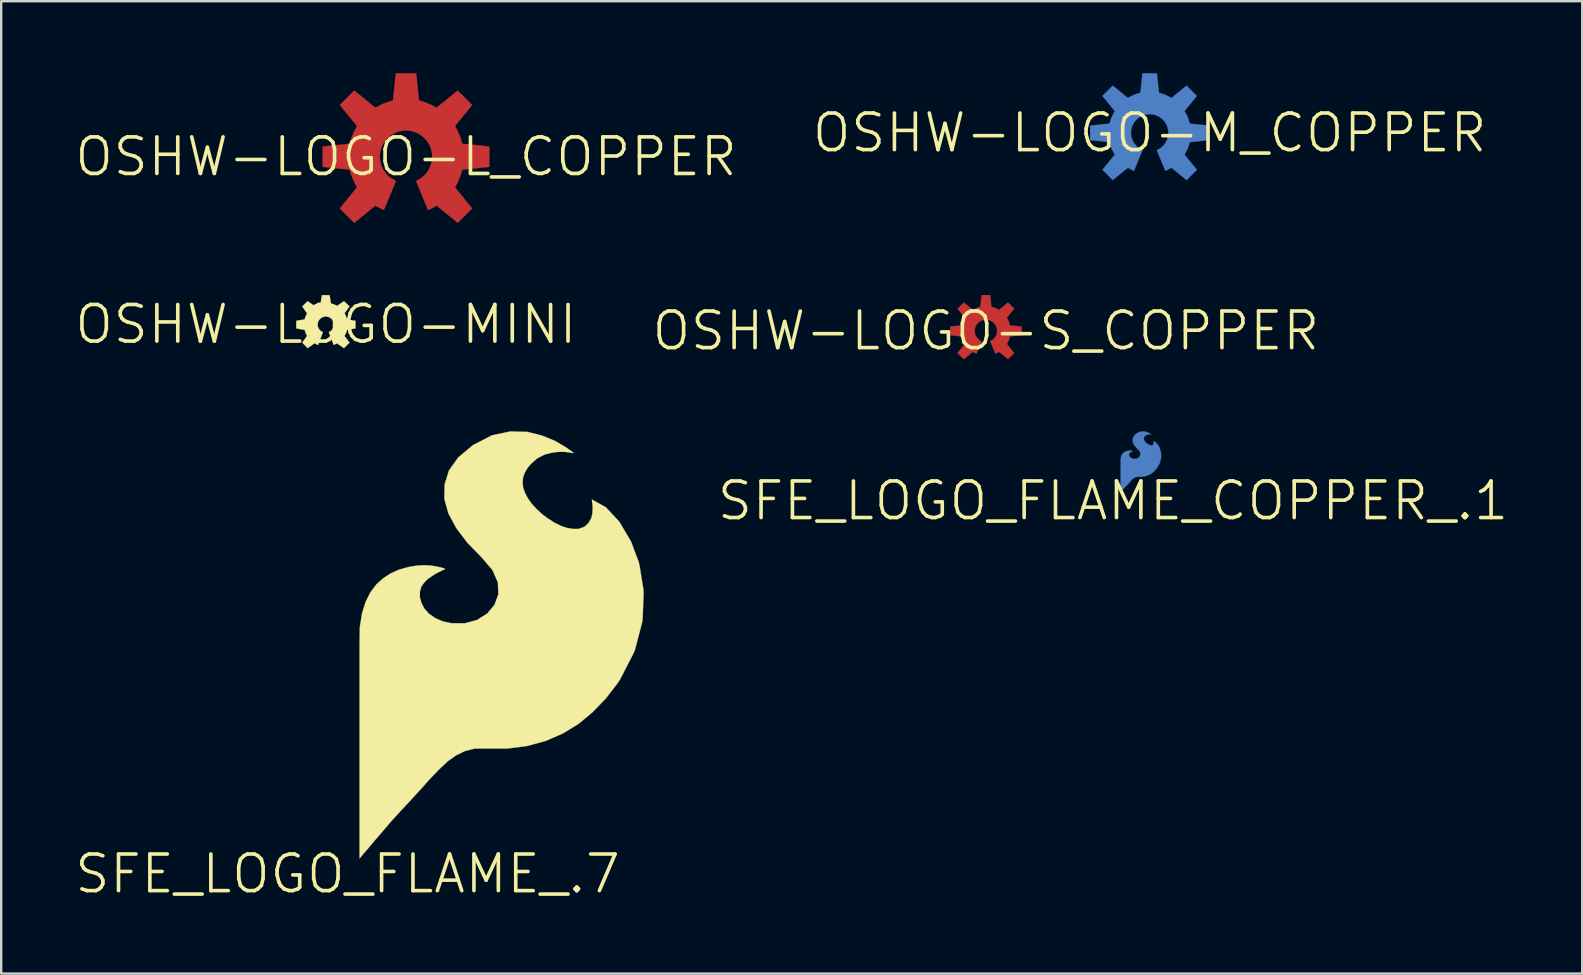
<source format=kicad_pcb>
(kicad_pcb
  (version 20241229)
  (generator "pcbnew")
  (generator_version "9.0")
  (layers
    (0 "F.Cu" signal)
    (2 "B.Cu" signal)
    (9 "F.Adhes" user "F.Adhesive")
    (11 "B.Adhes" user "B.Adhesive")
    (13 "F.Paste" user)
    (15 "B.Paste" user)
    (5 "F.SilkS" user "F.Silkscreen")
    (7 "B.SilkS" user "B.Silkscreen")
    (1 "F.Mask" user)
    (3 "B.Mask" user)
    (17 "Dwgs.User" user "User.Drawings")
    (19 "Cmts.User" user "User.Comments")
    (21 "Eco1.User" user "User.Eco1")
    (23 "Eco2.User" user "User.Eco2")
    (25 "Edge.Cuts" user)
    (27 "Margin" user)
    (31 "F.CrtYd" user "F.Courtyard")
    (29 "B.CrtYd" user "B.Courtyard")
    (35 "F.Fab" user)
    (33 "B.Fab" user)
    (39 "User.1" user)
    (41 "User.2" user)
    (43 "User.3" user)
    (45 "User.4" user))
  (footprint "SFE_LOGO_FLAME_.7"
    (layer "F.Cu")
    (at 11.43 33.35)
    (property "Reference" "SFE_LOGO_FLAME_.7" (at 0 0 0) (layer "F.SilkS") (effects (font (size 1.524 1.524) (thickness 0.15))))
    (attr exclude_from_pos_files exclude_from_bom)
    (fp_poly (pts (xy 10.178 -15.578) (xy 10.178 -15.54) (xy 10.198 -15.408) (xy 10.208 -15.24) (xy 10.198 -15.029) (xy 10.15 -14.818) (xy 10.038 -14.618) (xy 9.868 -14.458) (xy 9.619 -14.369) (xy 9.388 -14.369) (xy 9.139 -14.409) (xy 8.88 -14.498) (xy 8.618 -14.628) (xy 8.349 -14.798) (xy 8.108 -14.978) (xy 7.889 -15.179) (xy 7.689 -15.39) (xy 7.508 -15.639) (xy 7.389 -15.87) (xy 7.308 -16.099) (xy 7.29 -16.309) (xy 7.308 -16.518) (xy 7.379 -16.708) (xy 7.488 -16.899) (xy 7.638 -17.079) (xy 7.899 -17.308) (xy 8.189 -17.46) (xy 8.489 -17.539) (xy 8.768 -17.579) (xy 9.03 -17.579) (xy 9.228 -17.559) (xy 9.368 -17.529) (xy 9.418 -17.529) (xy 9.319 -17.61) (xy 9.058 -17.788) (xy 8.649 -18.029) (xy 8.118 -18.25) (xy 7.488 -18.41) (xy 6.779 -18.428) (xy 6.01 -18.268) (xy 5.22 -17.859) (xy 4.608 -17.348) (xy 4.219 -16.8) (xy 4.039 -16.218) (xy 4.028 -15.618) (xy 4.199 -15.009) (xy 4.529 -14.399) (xy 4.989 -13.79) (xy 5.578 -13.188) (xy 6.03 -12.659) (xy 6.259 -12.139) (xy 6.279 -11.648) (xy 6.119 -11.209) (xy 5.819 -10.848) (xy 5.397 -10.579) (xy 4.889 -10.439) (xy 4.328 -10.439) (xy 3.96 -10.518) (xy 3.64 -10.658) (xy 3.388 -10.838) (xy 3.198 -11.049) (xy 3.078 -11.278) (xy 3.01 -11.519) (xy 3.01 -11.748) (xy 3.068 -11.958) (xy 3.178 -12.118) (xy 3.32 -12.268) (xy 3.49 -12.388) (xy 3.658 -12.499) (xy 3.81 -12.578) (xy 3.94 -12.639) (xy 4.028 -12.68) (xy 4.069 -12.7) (xy 4.028 -12.718) (xy 3.909 -12.758) (xy 3.729 -12.799) (xy 3.49 -12.84) (xy 3.208 -12.857) (xy 2.878 -12.84) (xy 2.52 -12.779) (xy 2.139 -12.67) (xy 1.798 -12.52) (xy 1.478 -12.309) (xy 1.199 -12.06) (xy 0.95 -11.73) (xy 0.749 -11.328) (xy 0.599 -10.848) (xy 0.508 -10.279) (xy 0.498 -9.609) (xy 0.498 -0.638) (xy 0.538 -0.688) (xy 0.668 -0.848) (xy 0.869 -1.079) (xy 1.128 -1.389) (xy 1.438 -1.748) (xy 1.788 -2.159) (xy 2.179 -2.588) (xy 2.598 -3.038) (xy 3.048 -3.528) (xy 3.449 -3.978) (xy 3.818 -4.359) (xy 4.168 -4.689) (xy 4.519 -4.938) (xy 4.889 -5.118) (xy 5.298 -5.22) (xy 6.65 -5.22) (xy 7.488 -5.329) (xy 8.258 -5.54) (xy 8.969 -5.85) (xy 9.619 -6.248) (xy 10.208 -6.739) (xy 10.749 -7.3) (xy 11.229 -7.92) (xy 11.339 -8.08) (xy 11.918 -9.207) (xy 11.979 -9.368) (xy 12.268 -10.477) (xy 12.289 -10.638) (xy 12.329 -11.709) (xy 12.319 -11.859) (xy 12.159 -12.84) (xy 12.129 -12.979) (xy 11.808 -13.838) (xy 11.318 -14.668) (xy 10.759 -15.268) (xy 10.168 -15.598)) (stroke (width 0.01) (type solid)) (fill yes) (layer "F.SilkS")))
  (footprint "OSHW-LOGO-S_COPPER"
    (layer "F.Cu")
    (at 38.016 10.732)
    (property "Reference" "OSHW-LOGO-S_COPPER" (at 0 0 0) (layer "F.SilkS") (effects (font (size 1.524 1.524) (thickness 0.15))))
    (attr exclude_from_pos_files exclude_from_bom)
    (fp_poly (pts (xy 0.394 0.953) (xy 0.546 0.874) (xy 0.922 1.181) (xy 1.181 0.922) (xy 0.874 0.546) (xy 0.953 0.394) (xy 1.003 0.231) (xy 1.488 0.18) (xy 1.488 -0.18) (xy 1.003 -0.231) (xy 0.953 -0.394) (xy 0.874 -0.546) (xy 1.181 -0.922) (xy 0.922 -1.181) (xy 0.546 -0.874) (xy 0.394 -0.953) (xy 0.231 -1.003) (xy 0.18 -1.488) (xy -0.18 -1.488) (xy -0.231 -1.003) (xy -0.394 -0.953) (xy -0.546 -0.874) (xy -0.922 -1.181) (xy -1.181 -0.922) (xy -0.874 -0.546) (xy -0.953 -0.394) (xy -1.003 -0.231) (xy -1.488 -0.18) (xy -1.488 0.18) (xy -1.003 0.231) (xy -0.953 0.394) (xy -0.874 0.546) (xy -1.181 0.922) (xy -0.922 1.181) (xy -0.546 0.874) (xy -0.394 0.953) (xy -0.178 0.432) (xy -0.274 0.378) (xy -0.356 0.302) (xy -0.417 0.211) (xy -0.455 0.109) (xy -0.467 0) (xy -0.455 -0.109) (xy -0.414 -0.216) (xy -0.351 -0.307) (xy -0.267 -0.384) (xy -0.168 -0.434) (xy -0.061 -0.462) (xy 0.051 -0.465) (xy 0.16 -0.439) (xy 0.259 -0.389) (xy 0.345 -0.315) (xy 0.409 -0.224) (xy 0.452 -0.119) (xy 0.467 -0.01) (xy 0.457 0.099) (xy 0.419 0.206) (xy 0.358 0.3) (xy 0.277 0.376) (xy 0.178 0.432)) (stroke (width 0.01) (type solid)) (fill yes) (layer "F.Cu")))
  (footprint "OSHW-LOGO-MINI"
    (layer "F.Cu")
    (at 10.523 10.46)
    (property "Reference" "OSHW-LOGO-MINI" (at 0 0 0) (layer "F.SilkS") (effects (font (size 1.524 1.524) (thickness 0.15))))
    (attr exclude_from_pos_files exclude_from_bom)
    (fp_poly (pts (xy 1.234 0.17) (xy 1.234 -0.147) (xy 0.876 -0.206) (xy 0.876 -0.246) (xy 0.866 -0.257) (xy 0.866 -0.277) (xy 0.856 -0.287) (xy 0.846 -0.307) (xy 0.846 -0.325) (xy 0.836 -0.335) (xy 0.836 -0.356) (xy 0.826 -0.366) (xy 0.815 -0.386) (xy 0.805 -0.396) (xy 0.805 -0.417) (xy 0.795 -0.427) (xy 0.785 -0.447) (xy 0.775 -0.457) (xy 0.986 -0.747) (xy 0.754 -0.965) (xy 0.465 -0.767) (xy 0.455 -0.777) (xy 0.434 -0.785) (xy 0.424 -0.785) (xy 0.406 -0.795) (xy 0.396 -0.805) (xy 0.376 -0.815) (xy 0.366 -0.815) (xy 0.345 -0.826) (xy 0.335 -0.836) (xy 0.315 -0.836) (xy 0.295 -0.846) (xy 0.284 -0.846) (xy 0.264 -0.856) (xy 0.257 -0.856) (xy 0.236 -0.866) (xy 0.216 -0.866) (xy 0.155 -1.217) (xy -0.163 -1.217) (xy -0.221 -0.866) (xy -0.231 -0.866) (xy -0.251 -0.856) (xy -0.272 -0.856) (xy -0.282 -0.846) (xy -0.302 -0.846) (xy -0.323 -0.836) (xy -0.333 -0.836) (xy -0.353 -0.826) (xy -0.363 -0.815) (xy -0.381 -0.815) (xy -0.391 -0.805) (xy -0.411 -0.795) (xy -0.422 -0.785) (xy -0.442 -0.785) (xy -0.452 -0.777) (xy -0.472 -0.767) (xy -0.762 -0.965) (xy -0.983 -0.747) (xy -0.782 -0.457) (xy -0.792 -0.447) (xy -0.792 -0.427) (xy -0.803 -0.417) (xy -0.813 -0.396) (xy -0.823 -0.386) (xy -0.823 -0.366) (xy -0.833 -0.356) (xy -0.843 -0.335) (xy -0.843 -0.325) (xy -0.861 -0.287) (xy -0.861 -0.277) (xy -0.871 -0.257) (xy -0.871 -0.246) (xy -0.881 -0.226) (xy -0.881 -0.206) (xy -1.232 -0.147) (xy -1.232 0.17) (xy -0.881 0.231) (xy -0.881 0.241) (xy -0.871 0.262) (xy -0.871 0.282) (xy -0.861 0.292) (xy -0.861 0.312) (xy -0.851 0.323) (xy -0.843 0.34) (xy -0.843 0.361) (xy -0.833 0.371) (xy -0.833 0.391) (xy -0.823 0.401) (xy -0.813 0.422) (xy -0.803 0.432) (xy -0.792 0.452) (xy -0.792 0.462) (xy -0.782 0.483) (xy -0.983 0.762) (xy -0.762 0.991) (xy -0.472 0.792) (xy -0.462 0.792) (xy -0.452 0.8) (xy -0.442 0.8) (xy -0.432 0.81) (xy -0.422 0.81) (xy -0.411 0.82) (xy -0.401 0.82) (xy -0.391 0.831) (xy -0.381 0.831) (xy -0.373 0.841) (xy -0.363 0.841) (xy -0.353 0.851) (xy -0.333 0.851) (xy -0.323 0.861) (xy -0.122 0.323) (xy -0.152 0.312) (xy -0.193 0.292) (xy -0.213 0.272) (xy -0.231 0.262) (xy -0.251 0.241) (xy -0.262 0.221) (xy -0.282 0.201) (xy -0.302 0.163) (xy -0.312 0.132) (xy -0.333 0.091) (xy -0.333 0.061) (xy -0.343 0.03) (xy -0.343 -0.025) (xy -0.302 -0.147) (xy -0.262 -0.206) (xy -0.241 -0.226) (xy -0.213 -0.246) (xy -0.193 -0.267) (xy -0.163 -0.287) (xy -0.132 -0.297) (xy -0.102 -0.315) (xy -0.071 -0.315) (xy -0.033 -0.325) (xy 0.036 -0.325) (xy 0.066 -0.315) (xy 0.097 -0.315) (xy 0.124 -0.297) (xy 0.155 -0.287) (xy 0.216 -0.246) (xy 0.257 -0.206) (xy 0.295 -0.147) (xy 0.305 -0.117) (xy 0.325 -0.086) (xy 0.325 -0.056) (xy 0.335 -0.025) (xy 0.335 0.061) (xy 0.325 0.091) (xy 0.325 0.112) (xy 0.315 0.132) (xy 0.305 0.163) (xy 0.295 0.18) (xy 0.274 0.201) (xy 0.264 0.221) (xy 0.226 0.262) (xy 0.206 0.272) (xy 0.185 0.292) (xy 0.124 0.323) (xy 0.325 0.861) (xy 0.325 0.851) (xy 0.345 0.851) (xy 0.356 0.841) (xy 0.366 0.841) (xy 0.376 0.831) (xy 0.386 0.831) (xy 0.396 0.82) (xy 0.417 0.82) (xy 0.424 0.81) (xy 0.434 0.81) (xy 0.455 0.792) (xy 0.465 0.792) (xy 0.754 0.991) (xy 0.986 0.762) (xy 0.775 0.483) (xy 0.785 0.462) (xy 0.795 0.452) (xy 0.805 0.432) (xy 0.805 0.422) (xy 0.815 0.401) (xy 0.826 0.391) (xy 0.836 0.371) (xy 0.836 0.361) (xy 0.856 0.323) (xy 0.856 0.312) (xy 0.866 0.292) (xy 0.866 0.282) (xy 0.876 0.262) (xy 0.876 0.241) (xy 0.886 0.231)) (stroke (width 0.01) (type solid)) (fill yes) (layer "F.SilkS")))
  (footprint "OSHW-LOGO-M_COPPER"
    (layer "F.Cu")
    (at 44.838 2.484)
    (property "Reference" "OSHW-LOGO-M_COPPER" (at 0 0 0) (layer "F.SilkS") (effects (font (size 1.524 1.524) (thickness 0.15))))
    (attr exclude_from_pos_files exclude_from_bom)
    (fp_poly (pts (xy 0.655 1.587) (xy 0.909 1.455) (xy 1.537 1.968) (xy 1.968 1.537) (xy 1.455 0.909) (xy 1.587 0.655) (xy 1.674 0.386) (xy 2.479 0.302) (xy 2.479 -0.302) (xy 1.674 -0.386) (xy 1.587 -0.655) (xy 1.455 -0.909) (xy 1.968 -1.537) (xy 1.537 -1.968) (xy 0.909 -1.455) (xy 0.655 -1.587) (xy 0.386 -1.674) (xy 0.302 -2.479) (xy -0.302 -2.479) (xy -0.386 -1.674) (xy -0.655 -1.587) (xy -0.909 -1.455) (xy -1.537 -1.968) (xy -1.968 -1.537) (xy -1.455 -0.909) (xy -1.587 -0.655) (xy -1.674 -0.386) (xy -2.479 -0.302) (xy -2.479 0.302) (xy -1.674 0.386) (xy -1.587 0.655) (xy -1.455 0.909) (xy -1.968 1.537) (xy -1.537 1.968) (xy -0.909 1.455) (xy -0.655 1.587) (xy -0.297 0.721) (xy -0.432 0.648) (xy -0.551 0.551) (xy -0.648 0.432) (xy -0.721 0.297) (xy -0.765 0.152) (xy -0.78 0) (xy -0.765 -0.157) (xy -0.714 -0.312) (xy -0.635 -0.45) (xy -0.531 -0.572) (xy -0.401 -0.668) (xy -0.257 -0.737) (xy -0.102 -0.772) (xy 0.056 -0.777) (xy 0.216 -0.749) (xy 0.363 -0.688) (xy 0.498 -0.599) (xy 0.61 -0.485) (xy 0.696 -0.351) (xy 0.754 -0.201) (xy 0.78 -0.043) (xy 0.772 0.114) (xy 0.732 0.269) (xy 0.66 0.414) (xy 0.561 0.541) (xy 0.439 0.645) (xy 0.297 0.721)) (stroke (width 0.01) (type solid)) (fill yes) (layer "B.Cu")))
  (footprint "SFE_LOGO_FLAME_COPPER_.1"
    (layer "F.Cu")
    (at 43.311 17.811)
    (property "Reference" "SFE_LOGO_FLAME_COPPER_.1" (at 0 0 0) (layer "F.SilkS") (effects (font (size 1.524 1.524) (thickness 0.15))))
    (attr exclude_from_pos_files exclude_from_bom)
    (fp_poly (pts (xy 1.699 -2.489) (xy 1.699 -2.398) (xy 1.689 -2.37) (xy 1.679 -2.349) (xy 1.648 -2.319) (xy 1.618 -2.309) (xy 1.587 -2.309) (xy 1.509 -2.329) (xy 1.468 -2.349) (xy 1.438 -2.37) (xy 1.4 -2.398) (xy 1.339 -2.459) (xy 1.298 -2.52) (xy 1.288 -2.558) (xy 1.288 -2.619) (xy 1.298 -2.649) (xy 1.308 -2.67) (xy 1.328 -2.697) (xy 1.369 -2.728) (xy 1.41 -2.748) (xy 1.458 -2.758) (xy 1.499 -2.769) (xy 1.56 -2.769) (xy 1.58 -2.758) (xy 1.587 -2.758) (xy 1.58 -2.769) (xy 1.539 -2.799) (xy 1.4 -2.868) (xy 1.308 -2.888) (xy 1.209 -2.888) (xy 1.1 -2.868) (xy 0.988 -2.809) (xy 0.899 -2.738) (xy 0.848 -2.659) (xy 0.818 -2.568) (xy 0.818 -2.489) (xy 0.838 -2.398) (xy 0.889 -2.309) (xy 0.958 -2.228) (xy 1.039 -2.139) (xy 1.11 -2.068) (xy 1.138 -1.989) (xy 1.138 -1.918) (xy 1.118 -1.859) (xy 1.079 -1.808) (xy 1.019 -1.768) (xy 0.94 -1.748) (xy 0.859 -1.748) (xy 0.808 -1.758) (xy 0.759 -1.778) (xy 0.699 -1.839) (xy 0.678 -1.869) (xy 0.668 -1.9) (xy 0.668 -1.938) (xy 0.678 -1.968) (xy 0.739 -2.029) (xy 0.77 -2.04) (xy 0.808 -2.06) (xy 0.818 -2.068) (xy 0.78 -2.088) (xy 0.658 -2.088) (xy 0.599 -2.078) (xy 0.549 -2.068) (xy 0.498 -2.05) (xy 0.46 -2.019) (xy 0.409 -1.979) (xy 0.348 -1.88) (xy 0.328 -1.808) (xy 0.318 -1.73) (xy 0.318 -0.358) (xy 0.368 -0.409) (xy 0.399 -0.46) (xy 0.45 -0.508) (xy 0.498 -0.569) (xy 0.62 -0.688) (xy 0.739 -0.828) (xy 0.838 -0.93) (xy 0.94 -0.988) (xy 0.998 -0.998) (xy 1.189 -0.998) (xy 1.308 -1.019) (xy 1.42 -1.049) (xy 1.519 -1.09) (xy 1.618 -1.148) (xy 1.699 -1.219) (xy 1.778 -1.298) (xy 1.849 -1.389) (xy 1.948 -1.57) (xy 1.999 -1.758) (xy 2.009 -1.928) (xy 1.979 -2.088) (xy 1.928 -2.238) (xy 1.859 -2.349) (xy 1.778 -2.438)) (stroke (width 0.01) (type solid)) (fill yes) (layer "B.Cu")))
  (footprint "OSHW-LOGO-L_COPPER"
    (layer "F.Cu")
    (at 13.861 3.477)
    (property "Reference" "OSHW-LOGO-L_COPPER" (at 0 0 0) (layer "F.SilkS") (effects (font (size 1.524 1.524) (thickness 0.15))))
    (attr exclude_from_pos_files exclude_from_bom)
    (fp_poly (pts (xy 0.919 2.223) (xy 1.1 2.139) (xy 1.275 2.04) (xy 2.154 2.756) (xy 2.756 2.154) (xy 2.04 1.275) (xy 2.167 1.041) (xy 2.268 0.795) (xy 2.344 0.541) (xy 3.472 0.424) (xy 3.472 -0.424) (xy 2.344 -0.541) (xy 2.268 -0.795) (xy 2.167 -1.041) (xy 2.04 -1.275) (xy 2.756 -2.154) (xy 2.154 -2.756) (xy 1.275 -2.04) (xy 1.041 -2.167) (xy 0.795 -2.268) (xy 0.541 -2.344) (xy 0.424 -3.472) (xy -0.424 -3.472) (xy -0.541 -2.344) (xy -0.795 -2.268) (xy -1.041 -2.167) (xy -1.275 -2.04) (xy -2.154 -2.756) (xy -2.756 -2.154) (xy -2.04 -1.275) (xy -2.167 -1.041) (xy -2.268 -0.795) (xy -2.344 -0.541) (xy -3.472 -0.424) (xy -3.472 0.424) (xy -2.344 0.541) (xy -2.268 0.795) (xy -2.167 1.041) (xy -2.04 1.275) (xy -2.756 2.154) (xy -2.154 2.756) (xy -1.275 2.04) (xy -1.1 2.139) (xy -0.919 2.223) (xy -0.417 1.008) (xy -0.582 0.925) (xy -0.726 0.815) (xy -0.853 0.681) (xy -0.955 0.528) (xy -1.031 0.361) (xy -1.077 0.183) (xy -1.092 0) (xy -1.074 -0.203) (xy -1.016 -0.399) (xy -0.925 -0.582) (xy -0.798 -0.744) (xy -0.645 -0.881) (xy -0.467 -0.986) (xy -0.277 -1.057) (xy -0.074 -1.09) (xy 0.13 -1.085) (xy 0.33 -1.041) (xy 0.518 -0.96) (xy 0.688 -0.848) (xy 0.836 -0.704) (xy 0.953 -0.536) (xy 1.036 -0.348) (xy 1.082 -0.147) (xy 1.092 0.056) (xy 1.062 0.257) (xy 0.993 0.452) (xy 0.892 0.63) (xy 0.759 0.785) (xy 0.599 0.914) (xy 0.417 1.008)) (stroke (width 0.01) (type solid)) (fill yes) (layer "F.Cu")))
  (gr_rect
    (start -3 -3)
    (end 62.857 37.505)
    (stroke (width 0.1) (type default))
    (fill no)
    (layer "Edge.Cuts")))
</source>
